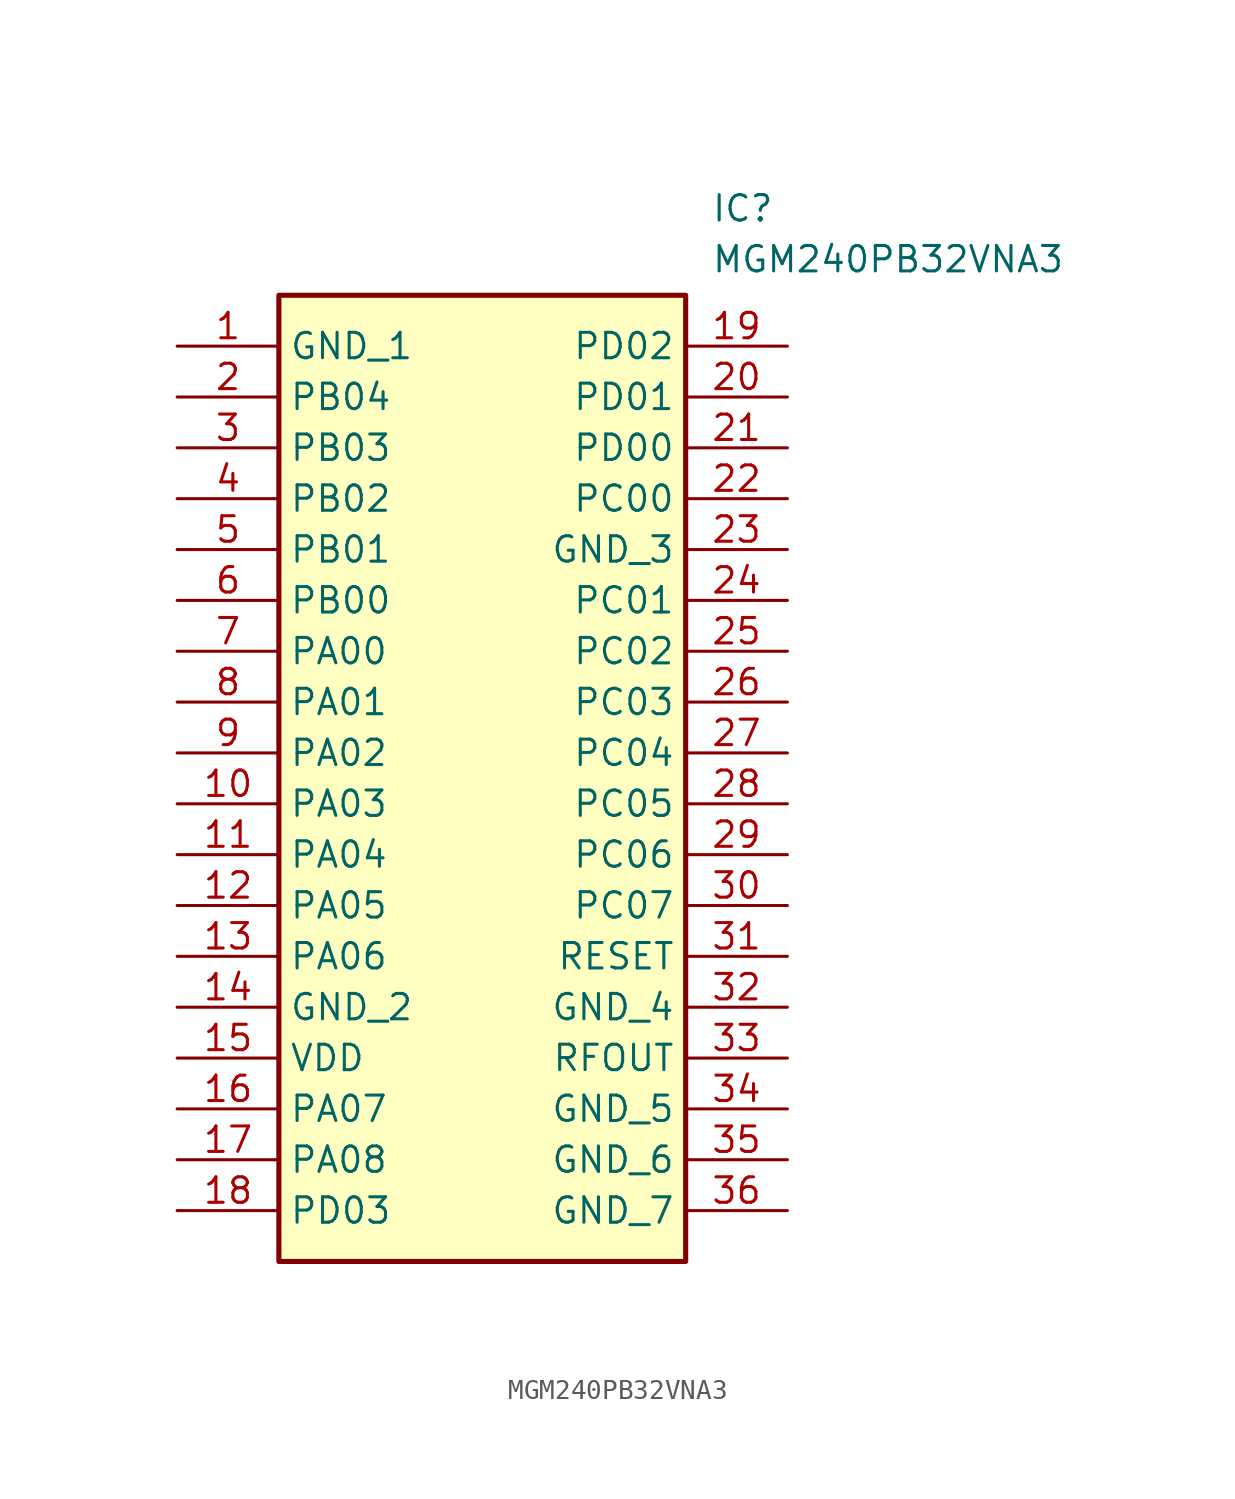
<source format=kicad_sym>
(kicad_symbol_lib
  (version 20211014)
  (generator SamacSys_ECAD_Model)
  (symbol "MGM240PB32VNA3"
    (property "Reference" "IC"
      (at 26.67 7.62 0)
      (effects (font (size 1.27 1.27)) (justify left top)))
    (property "Value" "MGM240PB32VNA3"
      (at 26.67 5.08 0)
      (effects (font (size 1.27 1.27)) (justify left top)))
    (rectangle
      (start 5.08 2.54)
      (end 25.4 -45.72)
      (stroke (width 0.254) (type default))
      (fill (type background)))
    (pin passive line
      (at 0 0 0)
      (length 5.08)
      (name "GND_1" (effects (font (size 1.27 1.27))))
      (number "1" (effects (font (size 1.27 1.27)))))
    (pin passive line
      (at 0 -2.54 0)
      (length 5.08)
      (name "PB04" (effects (font (size 1.27 1.27))))
      (number "2" (effects (font (size 1.27 1.27)))))
    (pin passive line
      (at 0 -5.08 0)
      (length 5.08)
      (name "PB03" (effects (font (size 1.27 1.27))))
      (number "3" (effects (font (size 1.27 1.27)))))
    (pin passive line
      (at 0 -7.62 0)
      (length 5.08)
      (name "PB02" (effects (font (size 1.27 1.27))))
      (number "4" (effects (font (size 1.27 1.27)))))
    (pin passive line
      (at 0 -10.16 0)
      (length 5.08)
      (name "PB01" (effects (font (size 1.27 1.27))))
      (number "5" (effects (font (size 1.27 1.27)))))
    (pin passive line
      (at 0 -12.7 0)
      (length 5.08)
      (name "PB00" (effects (font (size 1.27 1.27))))
      (number "6" (effects (font (size 1.27 1.27)))))
    (pin passive line
      (at 0 -15.24 0)
      (length 5.08)
      (name "PA00" (effects (font (size 1.27 1.27))))
      (number "7" (effects (font (size 1.27 1.27)))))
    (pin passive line
      (at 0 -17.78 0)
      (length 5.08)
      (name "PA01" (effects (font (size 1.27 1.27))))
      (number "8" (effects (font (size 1.27 1.27)))))
    (pin passive line
      (at 0 -20.32 0)
      (length 5.08)
      (name "PA02" (effects (font (size 1.27 1.27))))
      (number "9" (effects (font (size 1.27 1.27)))))
    (pin passive line
      (at 0 -22.86 0)
      (length 5.08)
      (name "PA03" (effects (font (size 1.27 1.27))))
      (number "10" (effects (font (size 1.27 1.27)))))
    (pin passive line
      (at 0 -25.4 0)
      (length 5.08)
      (name "PA04" (effects (font (size 1.27 1.27))))
      (number "11" (effects (font (size 1.27 1.27)))))
    (pin passive line
      (at 0 -27.94 0)
      (length 5.08)
      (name "PA05" (effects (font (size 1.27 1.27))))
      (number "12" (effects (font (size 1.27 1.27)))))
    (pin passive line
      (at 0 -30.48 0)
      (length 5.08)
      (name "PA06" (effects (font (size 1.27 1.27))))
      (number "13" (effects (font (size 1.27 1.27)))))
    (pin passive line
      (at 0 -33.02 0)
      (length 5.08)
      (name "GND_2" (effects (font (size 1.27 1.27))))
      (number "14" (effects (font (size 1.27 1.27)))))
    (pin passive line
      (at 0 -35.56 0)
      (length 5.08)
      (name "VDD" (effects (font (size 1.27 1.27))))
      (number "15" (effects (font (size 1.27 1.27)))))
    (pin passive line
      (at 0 -38.1 0)
      (length 5.08)
      (name "PA07" (effects (font (size 1.27 1.27))))
      (number "16" (effects (font (size 1.27 1.27)))))
    (pin passive line
      (at 0 -40.64 0)
      (length 5.08)
      (name "PA08" (effects (font (size 1.27 1.27))))
      (number "17" (effects (font (size 1.27 1.27)))))
    (pin passive line
      (at 0 -43.18 0)
      (length 5.08)
      (name "PD03" (effects (font (size 1.27 1.27))))
      (number "18" (effects (font (size 1.27 1.27)))))
    (pin passive line
      (at 30.48 0 180)
      (length 5.08)
      (name "PD02" (effects (font (size 1.27 1.27))))
      (number "19" (effects (font (size 1.27 1.27)))))
    (pin passive line
      (at 30.48 -2.54 180)
      (length 5.08)
      (name "PD01" (effects (font (size 1.27 1.27))))
      (number "20" (effects (font (size 1.27 1.27)))))
    (pin passive line
      (at 30.48 -5.08 180)
      (length 5.08)
      (name "PD00" (effects (font (size 1.27 1.27))))
      (number "21" (effects (font (size 1.27 1.27)))))
    (pin passive line
      (at 30.48 -7.62 180)
      (length 5.08)
      (name "PC00" (effects (font (size 1.27 1.27))))
      (number "22" (effects (font (size 1.27 1.27)))))
    (pin passive line
      (at 30.48 -10.16 180)
      (length 5.08)
      (name "GND_3" (effects (font (size 1.27 1.27))))
      (number "23" (effects (font (size 1.27 1.27)))))
    (pin passive line
      (at 30.48 -12.7 180)
      (length 5.08)
      (name "PC01" (effects (font (size 1.27 1.27))))
      (number "24" (effects (font (size 1.27 1.27)))))
    (pin passive line
      (at 30.48 -15.24 180)
      (length 5.08)
      (name "PC02" (effects (font (size 1.27 1.27))))
      (number "25" (effects (font (size 1.27 1.27)))))
    (pin passive line
      (at 30.48 -17.78 180)
      (length 5.08)
      (name "PC03" (effects (font (size 1.27 1.27))))
      (number "26" (effects (font (size 1.27 1.27)))))
    (pin passive line
      (at 30.48 -20.32 180)
      (length 5.08)
      (name "PC04" (effects (font (size 1.27 1.27))))
      (number "27" (effects (font (size 1.27 1.27)))))
    (pin passive line
      (at 30.48 -22.86 180)
      (length 5.08)
      (name "PC05" (effects (font (size 1.27 1.27))))
      (number "28" (effects (font (size 1.27 1.27)))))
    (pin passive line
      (at 30.48 -25.4 180)
      (length 5.08)
      (name "PC06" (effects (font (size 1.27 1.27))))
      (number "29" (effects (font (size 1.27 1.27)))))
    (pin passive line
      (at 30.48 -27.94 180)
      (length 5.08)
      (name "PC07" (effects (font (size 1.27 1.27))))
      (number "30" (effects (font (size 1.27 1.27)))))
    (pin passive line
      (at 30.48 -30.48 180)
      (length 5.08)
      (name "RESET" (effects (font (size 1.27 1.27))))
      (number "31" (effects (font (size 1.27 1.27)))))
    (pin passive line
      (at 30.48 -33.02 180)
      (length 5.08)
      (name "GND_4" (effects (font (size 1.27 1.27))))
      (number "32" (effects (font (size 1.27 1.27)))))
    (pin passive line
      (at 30.48 -35.56 180)
      (length 5.08)
      (name "RFOUT" (effects (font (size 1.27 1.27))))
      (number "33" (effects (font (size 1.27 1.27)))))
    (pin passive line
      (at 30.48 -38.1 180)
      (length 5.08)
      (name "GND_5" (effects (font (size 1.27 1.27))))
      (number "34" (effects (font (size 1.27 1.27)))))
    (pin passive line
      (at 30.48 -40.64 180)
      (length 5.08)
      (name "GND_6" (effects (font (size 1.27 1.27))))
      (number "35" (effects (font (size 1.27 1.27)))))
    (pin passive line
      (at 30.48 -43.18 180)
      (length 5.08)
      (name "GND_7" (effects (font (size 1.27 1.27))))
      (number "36" (effects (font (size 1.27 1.27)))))))
</source>
